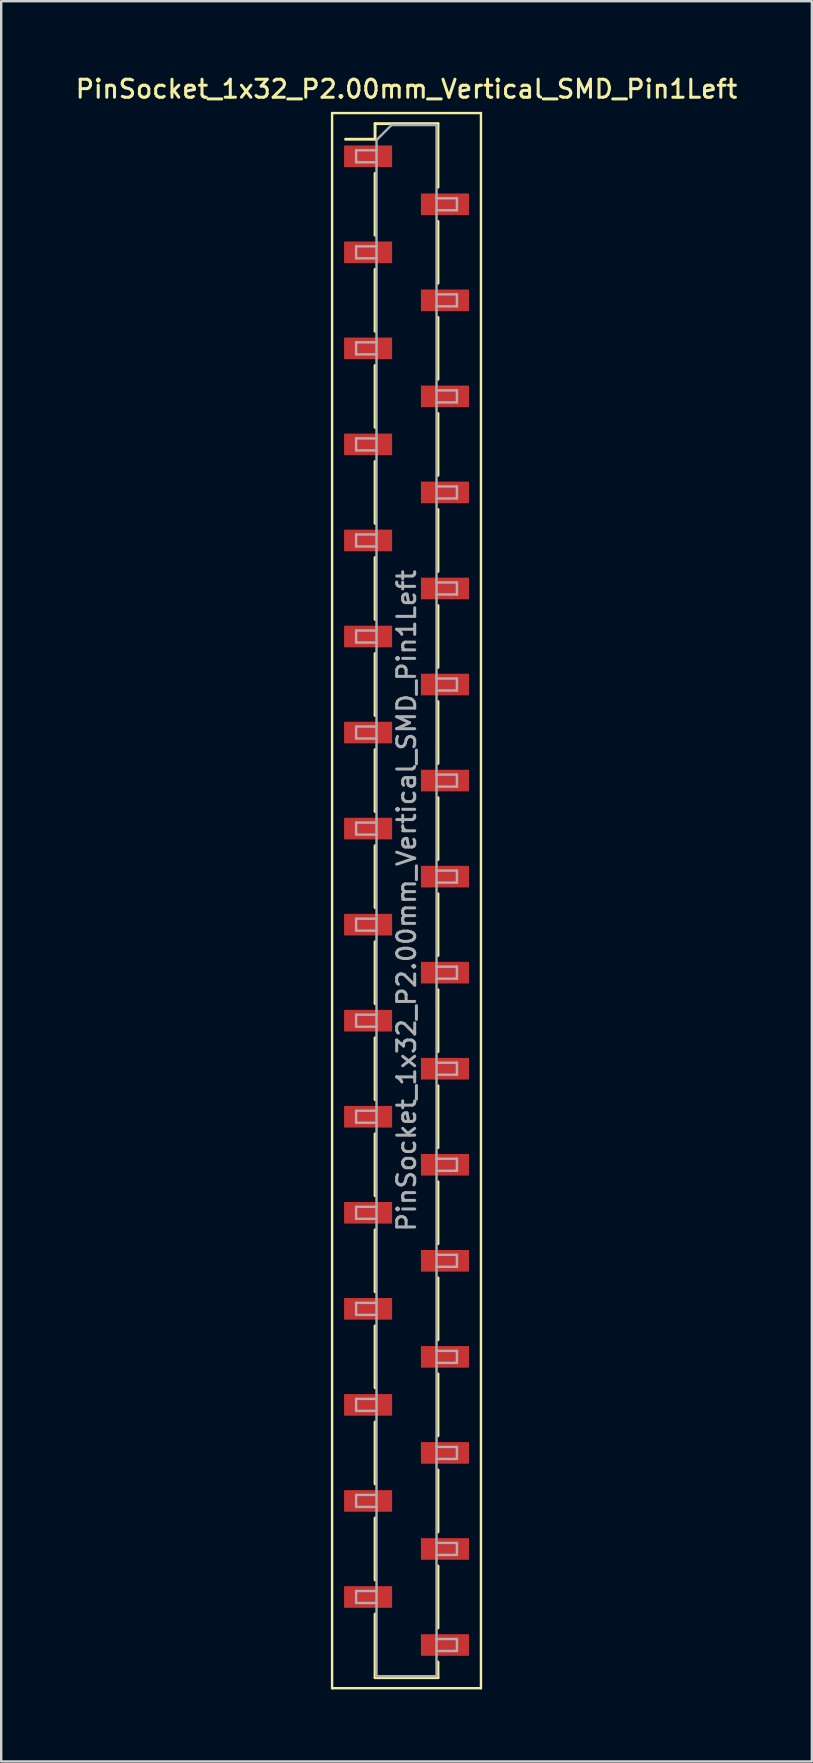
<source format=kicad_pcb>
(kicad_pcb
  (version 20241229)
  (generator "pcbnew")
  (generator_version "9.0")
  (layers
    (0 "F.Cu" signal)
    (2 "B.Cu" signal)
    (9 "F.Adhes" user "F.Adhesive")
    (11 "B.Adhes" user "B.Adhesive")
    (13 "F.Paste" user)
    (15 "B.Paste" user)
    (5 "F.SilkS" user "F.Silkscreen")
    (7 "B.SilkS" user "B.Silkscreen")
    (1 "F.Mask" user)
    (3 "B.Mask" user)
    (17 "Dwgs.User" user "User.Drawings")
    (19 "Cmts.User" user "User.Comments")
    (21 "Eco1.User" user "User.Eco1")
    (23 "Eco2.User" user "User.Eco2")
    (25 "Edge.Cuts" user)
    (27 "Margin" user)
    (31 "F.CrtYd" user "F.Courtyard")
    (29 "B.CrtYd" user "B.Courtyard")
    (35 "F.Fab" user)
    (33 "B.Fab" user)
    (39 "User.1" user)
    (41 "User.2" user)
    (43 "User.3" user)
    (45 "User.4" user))
  (footprint "PinSocket_1x32_P2.00mm_Vertical_SMD_Pin1Left"
    (layer "F.Cu")
    (at 13.88 34.458)
    (property "Reference" "PinSocket_1x32_P2.00mm_Vertical_SMD_Pin1Left" (at 0 -33.8 0) (layer "F.SilkS") (effects (font (size 0.75 0.75) (thickness 0.125))))
    (attr smd)
    (fp_line (start -3.1 -32.8) (end 3.1 -32.8) (stroke (width 0.1) (type solid)) (layer "F.SilkS"))
    (fp_line (start -3.1 32.8) (end -3.1 -32.8) (stroke (width 0.1) (type solid)) (layer "F.SilkS"))
    (fp_line (start -2.54 -31.71) (end -1.31 -31.71) (stroke (width 0.12) (type solid)) (layer "F.SilkS"))
    (fp_line (start -1.31 -32.36) (end -1.31 -31.71) (stroke (width 0.12) (type solid)) (layer "F.SilkS"))
    (fp_line (start -1.31 -32.36) (end 1.31 -32.36) (stroke (width 0.12) (type solid)) (layer "F.SilkS"))
    (fp_line (start -1.31 -30.29) (end -1.31 -27.71) (stroke (width 0.12) (type solid)) (layer "F.SilkS"))
    (fp_line (start -1.31 -26.29) (end -1.31 -23.71) (stroke (width 0.12) (type solid)) (layer "F.SilkS"))
    (fp_line (start -1.31 -22.29) (end -1.31 -19.71) (stroke (width 0.12) (type solid)) (layer "F.SilkS"))
    (fp_line (start -1.31 -18.29) (end -1.31 -15.71) (stroke (width 0.12) (type solid)) (layer "F.SilkS"))
    (fp_line (start -1.31 -14.29) (end -1.31 -11.71) (stroke (width 0.12) (type solid)) (layer "F.SilkS"))
    (fp_line (start -1.31 -10.29) (end -1.31 -7.71) (stroke (width 0.12) (type solid)) (layer "F.SilkS"))
    (fp_line (start -1.31 -6.29) (end -1.31 -3.71) (stroke (width 0.12) (type solid)) (layer "F.SilkS"))
    (fp_line (start -1.31 -2.29) (end -1.31 0.29) (stroke (width 0.12) (type solid)) (layer "F.SilkS"))
    (fp_line (start -1.31 1.71) (end -1.31 4.29) (stroke (width 0.12) (type solid)) (layer "F.SilkS"))
    (fp_line (start -1.31 5.71) (end -1.31 8.29) (stroke (width 0.12) (type solid)) (layer "F.SilkS"))
    (fp_line (start -1.31 9.71) (end -1.31 12.29) (stroke (width 0.12) (type solid)) (layer "F.SilkS"))
    (fp_line (start -1.31 13.71) (end -1.31 16.29) (stroke (width 0.12) (type solid)) (layer "F.SilkS"))
    (fp_line (start -1.31 17.71) (end -1.31 20.29) (stroke (width 0.12) (type solid)) (layer "F.SilkS"))
    (fp_line (start -1.31 21.71) (end -1.31 24.29) (stroke (width 0.12) (type solid)) (layer "F.SilkS"))
    (fp_line (start -1.31 25.71) (end -1.31 28.29) (stroke (width 0.12) (type solid)) (layer "F.SilkS"))
    (fp_line (start -1.31 29.71) (end -1.31 32.36) (stroke (width 0.12) (type solid)) (layer "F.SilkS"))
    (fp_line (start -1.31 32.36) (end 1.31 32.36) (stroke (width 0.12) (type solid)) (layer "F.SilkS"))
    (fp_line (start 1.31 -32.36) (end 1.31 -29.71) (stroke (width 0.12) (type solid)) (layer "F.SilkS"))
    (fp_line (start 1.31 -28.29) (end 1.31 -25.71) (stroke (width 0.12) (type solid)) (layer "F.SilkS"))
    (fp_line (start 1.31 -24.29) (end 1.31 -21.71) (stroke (width 0.12) (type solid)) (layer "F.SilkS"))
    (fp_line (start 1.31 -20.29) (end 1.31 -17.71) (stroke (width 0.12) (type solid)) (layer "F.SilkS"))
    (fp_line (start 1.31 -16.29) (end 1.31 -13.71) (stroke (width 0.12) (type solid)) (layer "F.SilkS"))
    (fp_line (start 1.31 -12.29) (end 1.31 -9.71) (stroke (width 0.12) (type solid)) (layer "F.SilkS"))
    (fp_line (start 1.31 -8.29) (end 1.31 -5.71) (stroke (width 0.12) (type solid)) (layer "F.SilkS"))
    (fp_line (start 1.31 -4.29) (end 1.31 -1.71) (stroke (width 0.12) (type solid)) (layer "F.SilkS"))
    (fp_line (start 1.31 -0.29) (end 1.31 2.29) (stroke (width 0.12) (type solid)) (layer "F.SilkS"))
    (fp_line (start 1.31 3.71) (end 1.31 6.29) (stroke (width 0.12) (type solid)) (layer "F.SilkS"))
    (fp_line (start 1.31 7.71) (end 1.31 10.29) (stroke (width 0.12) (type solid)) (layer "F.SilkS"))
    (fp_line (start 1.31 11.71) (end 1.31 14.29) (stroke (width 0.12) (type solid)) (layer "F.SilkS"))
    (fp_line (start 1.31 15.71) (end 1.31 18.29) (stroke (width 0.12) (type solid)) (layer "F.SilkS"))
    (fp_line (start 1.31 19.71) (end 1.31 22.29) (stroke (width 0.12) (type solid)) (layer "F.SilkS"))
    (fp_line (start 1.31 23.71) (end 1.31 26.29) (stroke (width 0.12) (type solid)) (layer "F.SilkS"))
    (fp_line (start 1.31 27.71) (end 1.31 30.29) (stroke (width 0.12) (type solid)) (layer "F.SilkS"))
    (fp_line (start 1.31 31.71) (end 1.31 32.36) (stroke (width 0.12) (type solid)) (layer "F.SilkS"))
    (fp_line (start 3.1 -32.8) (end 3.1 32.8) (stroke (width 0.1) (type solid)) (layer "F.SilkS"))
    (fp_line (start 3.1 32.8) (end -3.1 32.8) (stroke (width 0.1) (type solid)) (layer "F.SilkS"))
    (fp_line (start -2.1 -31.25) (end -1.25 -31.25) (stroke (width 0.1) (type solid)) (layer "F.Fab"))
    (fp_line (start -2.1 -30.75) (end -2.1 -31.25) (stroke (width 0.1) (type solid)) (layer "F.Fab"))
    (fp_line (start -2.1 -27.25) (end -1.25 -27.25) (stroke (width 0.1) (type solid)) (layer "F.Fab"))
    (fp_line (start -2.1 -26.75) (end -2.1 -27.25) (stroke (width 0.1) (type solid)) (layer "F.Fab"))
    (fp_line (start -2.1 -23.25) (end -1.25 -23.25) (stroke (width 0.1) (type solid)) (layer "F.Fab"))
    (fp_line (start -2.1 -22.75) (end -2.1 -23.25) (stroke (width 0.1) (type solid)) (layer "F.Fab"))
    (fp_line (start -2.1 -19.25) (end -1.25 -19.25) (stroke (width 0.1) (type solid)) (layer "F.Fab"))
    (fp_line (start -2.1 -18.75) (end -2.1 -19.25) (stroke (width 0.1) (type solid)) (layer "F.Fab"))
    (fp_line (start -2.1 -15.25) (end -1.25 -15.25) (stroke (width 0.1) (type solid)) (layer "F.Fab"))
    (fp_line (start -2.1 -14.75) (end -2.1 -15.25) (stroke (width 0.1) (type solid)) (layer "F.Fab"))
    (fp_line (start -2.1 -11.25) (end -1.25 -11.25) (stroke (width 0.1) (type solid)) (layer "F.Fab"))
    (fp_line (start -2.1 -10.75) (end -2.1 -11.25) (stroke (width 0.1) (type solid)) (layer "F.Fab"))
    (fp_line (start -2.1 -7.25) (end -1.25 -7.25) (stroke (width 0.1) (type solid)) (layer "F.Fab"))
    (fp_line (start -2.1 -6.75) (end -2.1 -7.25) (stroke (width 0.1) (type solid)) (layer "F.Fab"))
    (fp_line (start -2.1 -3.25) (end -1.25 -3.25) (stroke (width 0.1) (type solid)) (layer "F.Fab"))
    (fp_line (start -2.1 -2.75) (end -2.1 -3.25) (stroke (width 0.1) (type solid)) (layer "F.Fab"))
    (fp_line (start -2.1 0.75) (end -1.25 0.75) (stroke (width 0.1) (type solid)) (layer "F.Fab"))
    (fp_line (start -2.1 1.25) (end -2.1 0.75) (stroke (width 0.1) (type solid)) (layer "F.Fab"))
    (fp_line (start -2.1 4.75) (end -1.25 4.75) (stroke (width 0.1) (type solid)) (layer "F.Fab"))
    (fp_line (start -2.1 5.25) (end -2.1 4.75) (stroke (width 0.1) (type solid)) (layer "F.Fab"))
    (fp_line (start -2.1 8.75) (end -1.25 8.75) (stroke (width 0.1) (type solid)) (layer "F.Fab"))
    (fp_line (start -2.1 9.25) (end -2.1 8.75) (stroke (width 0.1) (type solid)) (layer "F.Fab"))
    (fp_line (start -2.1 12.75) (end -1.25 12.75) (stroke (width 0.1) (type solid)) (layer "F.Fab"))
    (fp_line (start -2.1 13.25) (end -2.1 12.75) (stroke (width 0.1) (type solid)) (layer "F.Fab"))
    (fp_line (start -2.1 16.75) (end -1.25 16.75) (stroke (width 0.1) (type solid)) (layer "F.Fab"))
    (fp_line (start -2.1 17.25) (end -2.1 16.75) (stroke (width 0.1) (type solid)) (layer "F.Fab"))
    (fp_line (start -2.1 20.75) (end -1.25 20.75) (stroke (width 0.1) (type solid)) (layer "F.Fab"))
    (fp_line (start -2.1 21.25) (end -2.1 20.75) (stroke (width 0.1) (type solid)) (layer "F.Fab"))
    (fp_line (start -2.1 24.75) (end -1.25 24.75) (stroke (width 0.1) (type solid)) (layer "F.Fab"))
    (fp_line (start -2.1 25.25) (end -2.1 24.75) (stroke (width 0.1) (type solid)) (layer "F.Fab"))
    (fp_line (start -2.1 28.75) (end -1.25 28.75) (stroke (width 0.1) (type solid)) (layer "F.Fab"))
    (fp_line (start -2.1 29.25) (end -2.1 28.75) (stroke (width 0.1) (type solid)) (layer "F.Fab"))
    (fp_line (start -1.25 -31.675) (end -0.625 -32.3) (stroke (width 0.1) (type solid)) (layer "F.Fab"))
    (fp_line (start -1.25 -30.75) (end -2.1 -30.75) (stroke (width 0.1) (type solid)) (layer "F.Fab"))
    (fp_line (start -1.25 -26.75) (end -2.1 -26.75) (stroke (width 0.1) (type solid)) (layer "F.Fab"))
    (fp_line (start -1.25 -22.75) (end -2.1 -22.75) (stroke (width 0.1) (type solid)) (layer "F.Fab"))
    (fp_line (start -1.25 -18.75) (end -2.1 -18.75) (stroke (width 0.1) (type solid)) (layer "F.Fab"))
    (fp_line (start -1.25 -14.75) (end -2.1 -14.75) (stroke (width 0.1) (type solid)) (layer "F.Fab"))
    (fp_line (start -1.25 -10.75) (end -2.1 -10.75) (stroke (width 0.1) (type solid)) (layer "F.Fab"))
    (fp_line (start -1.25 -6.75) (end -2.1 -6.75) (stroke (width 0.1) (type solid)) (layer "F.Fab"))
    (fp_line (start -1.25 -2.75) (end -2.1 -2.75) (stroke (width 0.1) (type solid)) (layer "F.Fab"))
    (fp_line (start -1.25 1.25) (end -2.1 1.25) (stroke (width 0.1) (type solid)) (layer "F.Fab"))
    (fp_line (start -1.25 5.25) (end -2.1 5.25) (stroke (width 0.1) (type solid)) (layer "F.Fab"))
    (fp_line (start -1.25 9.25) (end -2.1 9.25) (stroke (width 0.1) (type solid)) (layer "F.Fab"))
    (fp_line (start -1.25 13.25) (end -2.1 13.25) (stroke (width 0.1) (type solid)) (layer "F.Fab"))
    (fp_line (start -1.25 17.25) (end -2.1 17.25) (stroke (width 0.1) (type solid)) (layer "F.Fab"))
    (fp_line (start -1.25 21.25) (end -2.1 21.25) (stroke (width 0.1) (type solid)) (layer "F.Fab"))
    (fp_line (start -1.25 25.25) (end -2.1 25.25) (stroke (width 0.1) (type solid)) (layer "F.Fab"))
    (fp_line (start -1.25 29.25) (end -2.1 29.25) (stroke (width 0.1) (type solid)) (layer "F.Fab"))
    (fp_line (start -1.25 32.3) (end -1.25 -31.675) (stroke (width 0.1) (type solid)) (layer "F.Fab"))
    (fp_line (start -0.625 -32.3) (end 1.25 -32.3) (stroke (width 0.1) (type solid)) (layer "F.Fab"))
    (fp_line (start 1.25 -32.3) (end 1.25 32.3) (stroke (width 0.1) (type solid)) (layer "F.Fab"))
    (fp_line (start 1.25 -29.25) (end 2.1 -29.25) (stroke (width 0.1) (type solid)) (layer "F.Fab"))
    (fp_line (start 1.25 -25.25) (end 2.1 -25.25) (stroke (width 0.1) (type solid)) (layer "F.Fab"))
    (fp_line (start 1.25 -21.25) (end 2.1 -21.25) (stroke (width 0.1) (type solid)) (layer "F.Fab"))
    (fp_line (start 1.25 -17.25) (end 2.1 -17.25) (stroke (width 0.1) (type solid)) (layer "F.Fab"))
    (fp_line (start 1.25 -13.25) (end 2.1 -13.25) (stroke (width 0.1) (type solid)) (layer "F.Fab"))
    (fp_line (start 1.25 -9.25) (end 2.1 -9.25) (stroke (width 0.1) (type solid)) (layer "F.Fab"))
    (fp_line (start 1.25 -5.25) (end 2.1 -5.25) (stroke (width 0.1) (type solid)) (layer "F.Fab"))
    (fp_line (start 1.25 -1.25) (end 2.1 -1.25) (stroke (width 0.1) (type solid)) (layer "F.Fab"))
    (fp_line (start 1.25 2.75) (end 2.1 2.75) (stroke (width 0.1) (type solid)) (layer "F.Fab"))
    (fp_line (start 1.25 6.75) (end 2.1 6.75) (stroke (width 0.1) (type solid)) (layer "F.Fab"))
    (fp_line (start 1.25 10.75) (end 2.1 10.75) (stroke (width 0.1) (type solid)) (layer "F.Fab"))
    (fp_line (start 1.25 14.75) (end 2.1 14.75) (stroke (width 0.1) (type solid)) (layer "F.Fab"))
    (fp_line (start 1.25 18.75) (end 2.1 18.75) (stroke (width 0.1) (type solid)) (layer "F.Fab"))
    (fp_line (start 1.25 22.75) (end 2.1 22.75) (stroke (width 0.1) (type solid)) (layer "F.Fab"))
    (fp_line (start 1.25 26.75) (end 2.1 26.75) (stroke (width 0.1) (type solid)) (layer "F.Fab"))
    (fp_line (start 1.25 30.75) (end 2.1 30.75) (stroke (width 0.1) (type solid)) (layer "F.Fab"))
    (fp_line (start 1.25 32.3) (end -1.25 32.3) (stroke (width 0.1) (type solid)) (layer "F.Fab"))
    (fp_line (start 2.1 -29.25) (end 2.1 -28.75) (stroke (width 0.1) (type solid)) (layer "F.Fab"))
    (fp_line (start 2.1 -28.75) (end 1.25 -28.75) (stroke (width 0.1) (type solid)) (layer "F.Fab"))
    (fp_line (start 2.1 -25.25) (end 2.1 -24.75) (stroke (width 0.1) (type solid)) (layer "F.Fab"))
    (fp_line (start 2.1 -24.75) (end 1.25 -24.75) (stroke (width 0.1) (type solid)) (layer "F.Fab"))
    (fp_line (start 2.1 -21.25) (end 2.1 -20.75) (stroke (width 0.1) (type solid)) (layer "F.Fab"))
    (fp_line (start 2.1 -20.75) (end 1.25 -20.75) (stroke (width 0.1) (type solid)) (layer "F.Fab"))
    (fp_line (start 2.1 -17.25) (end 2.1 -16.75) (stroke (width 0.1) (type solid)) (layer "F.Fab"))
    (fp_line (start 2.1 -16.75) (end 1.25 -16.75) (stroke (width 0.1) (type solid)) (layer "F.Fab"))
    (fp_line (start 2.1 -13.25) (end 2.1 -12.75) (stroke (width 0.1) (type solid)) (layer "F.Fab"))
    (fp_line (start 2.1 -12.75) (end 1.25 -12.75) (stroke (width 0.1) (type solid)) (layer "F.Fab"))
    (fp_line (start 2.1 -9.25) (end 2.1 -8.75) (stroke (width 0.1) (type solid)) (layer "F.Fab"))
    (fp_line (start 2.1 -8.75) (end 1.25 -8.75) (stroke (width 0.1) (type solid)) (layer "F.Fab"))
    (fp_line (start 2.1 -5.25) (end 2.1 -4.75) (stroke (width 0.1) (type solid)) (layer "F.Fab"))
    (fp_line (start 2.1 -4.75) (end 1.25 -4.75) (stroke (width 0.1) (type solid)) (layer "F.Fab"))
    (fp_line (start 2.1 -1.25) (end 2.1 -0.75) (stroke (width 0.1) (type solid)) (layer "F.Fab"))
    (fp_line (start 2.1 -0.75) (end 1.25 -0.75) (stroke (width 0.1) (type solid)) (layer "F.Fab"))
    (fp_line (start 2.1 2.75) (end 2.1 3.25) (stroke (width 0.1) (type solid)) (layer "F.Fab"))
    (fp_line (start 2.1 3.25) (end 1.25 3.25) (stroke (width 0.1) (type solid)) (layer "F.Fab"))
    (fp_line (start 2.1 6.75) (end 2.1 7.25) (stroke (width 0.1) (type solid)) (layer "F.Fab"))
    (fp_line (start 2.1 7.25) (end 1.25 7.25) (stroke (width 0.1) (type solid)) (layer "F.Fab"))
    (fp_line (start 2.1 10.75) (end 2.1 11.25) (stroke (width 0.1) (type solid)) (layer "F.Fab"))
    (fp_line (start 2.1 11.25) (end 1.25 11.25) (stroke (width 0.1) (type solid)) (layer "F.Fab"))
    (fp_line (start 2.1 14.75) (end 2.1 15.25) (stroke (width 0.1) (type solid)) (layer "F.Fab"))
    (fp_line (start 2.1 15.25) (end 1.25 15.25) (stroke (width 0.1) (type solid)) (layer "F.Fab"))
    (fp_line (start 2.1 18.75) (end 2.1 19.25) (stroke (width 0.1) (type solid)) (layer "F.Fab"))
    (fp_line (start 2.1 19.25) (end 1.25 19.25) (stroke (width 0.1) (type solid)) (layer "F.Fab"))
    (fp_line (start 2.1 22.75) (end 2.1 23.25) (stroke (width 0.1) (type solid)) (layer "F.Fab"))
    (fp_line (start 2.1 23.25) (end 1.25 23.25) (stroke (width 0.1) (type solid)) (layer "F.Fab"))
    (fp_line (start 2.1 26.75) (end 2.1 27.25) (stroke (width 0.1) (type solid)) (layer "F.Fab"))
    (fp_line (start 2.1 27.25) (end 1.25 27.25) (stroke (width 0.1) (type solid)) (layer "F.Fab"))
    (fp_line (start 2.1 30.75) (end 2.1 31.25) (stroke (width 0.1) (type solid)) (layer "F.Fab"))
    (fp_line (start 2.1 31.25) (end 1.25 31.25) (stroke (width 0.1) (type solid)) (layer "F.Fab"))
    (fp_text user "${REFERENCE}" (at 0 0 90) (layer "F.Fab") (effects (font (size 0.75 0.75) (thickness 0.125))))
    (pad "1" smd rect (at -1.6 -31) (size 2 0.9) (layers "F.Cu" "F.Mask" "F.Paste"))
    (pad "2" smd rect (at 1.6 -29) (size 2 0.9) (layers "F.Cu" "F.Mask" "F.Paste"))
    (pad "3" smd rect (at -1.6 -27) (size 2 0.9) (layers "F.Cu" "F.Mask" "F.Paste"))
    (pad "4" smd rect (at 1.6 -25) (size 2 0.9) (layers "F.Cu" "F.Mask" "F.Paste"))
    (pad "5" smd rect (at -1.6 -23) (size 2 0.9) (layers "F.Cu" "F.Mask" "F.Paste"))
    (pad "6" smd rect (at 1.6 -21) (size 2 0.9) (layers "F.Cu" "F.Mask" "F.Paste"))
    (pad "7" smd rect (at -1.6 -19) (size 2 0.9) (layers "F.Cu" "F.Mask" "F.Paste"))
    (pad "8" smd rect (at 1.6 -17) (size 2 0.9) (layers "F.Cu" "F.Mask" "F.Paste"))
    (pad "9" smd rect (at -1.6 -15) (size 2 0.9) (layers "F.Cu" "F.Mask" "F.Paste"))
    (pad "10" smd rect (at 1.6 -13) (size 2 0.9) (layers "F.Cu" "F.Mask" "F.Paste"))
    (pad "11" smd rect (at -1.6 -11) (size 2 0.9) (layers "F.Cu" "F.Mask" "F.Paste"))
    (pad "12" smd rect (at 1.6 -9) (size 2 0.9) (layers "F.Cu" "F.Mask" "F.Paste"))
    (pad "13" smd rect (at -1.6 -7) (size 2 0.9) (layers "F.Cu" "F.Mask" "F.Paste"))
    (pad "14" smd rect (at 1.6 -5) (size 2 0.9) (layers "F.Cu" "F.Mask" "F.Paste"))
    (pad "15" smd rect (at -1.6 -3) (size 2 0.9) (layers "F.Cu" "F.Mask" "F.Paste"))
    (pad "16" smd rect (at 1.6 -1) (size 2 0.9) (layers "F.Cu" "F.Mask" "F.Paste"))
    (pad "17" smd rect (at -1.6 1) (size 2 0.9) (layers "F.Cu" "F.Mask" "F.Paste"))
    (pad "18" smd rect (at 1.6 3) (size 2 0.9) (layers "F.Cu" "F.Mask" "F.Paste"))
    (pad "19" smd rect (at -1.6 5) (size 2 0.9) (layers "F.Cu" "F.Mask" "F.Paste"))
    (pad "20" smd rect (at 1.6 7) (size 2 0.9) (layers "F.Cu" "F.Mask" "F.Paste"))
    (pad "21" smd rect (at -1.6 9) (size 2 0.9) (layers "F.Cu" "F.Mask" "F.Paste"))
    (pad "22" smd rect (at 1.6 11) (size 2 0.9) (layers "F.Cu" "F.Mask" "F.Paste"))
    (pad "23" smd rect (at -1.6 13) (size 2 0.9) (layers "F.Cu" "F.Mask" "F.Paste"))
    (pad "24" smd rect (at 1.6 15) (size 2 0.9) (layers "F.Cu" "F.Mask" "F.Paste"))
    (pad "25" smd rect (at -1.6 17) (size 2 0.9) (layers "F.Cu" "F.Mask" "F.Paste"))
    (pad "26" smd rect (at 1.6 19) (size 2 0.9) (layers "F.Cu" "F.Mask" "F.Paste"))
    (pad "27" smd rect (at -1.6 21) (size 2 0.9) (layers "F.Cu" "F.Mask" "F.Paste"))
    (pad "28" smd rect (at 1.6 23) (size 2 0.9) (layers "F.Cu" "F.Mask" "F.Paste"))
    (pad "29" smd rect (at -1.6 25) (size 2 0.9) (layers "F.Cu" "F.Mask" "F.Paste"))
    (pad "30" smd rect (at 1.6 27) (size 2 0.9) (layers "F.Cu" "F.Mask" "F.Paste"))
    (pad "31" smd rect (at -1.6 29) (size 2 0.9) (layers "F.Cu" "F.Mask" "F.Paste"))
    (pad "32" smd rect (at 1.6 31) (size 2 0.9) (layers "F.Cu" "F.Mask" "F.Paste")))
  (gr_rect
    (start -3 -3)
    (end 30.761 70.308)
    (stroke (width 0.1) (type default))
    (fill no)
    (layer "Edge.Cuts")))
</source>
